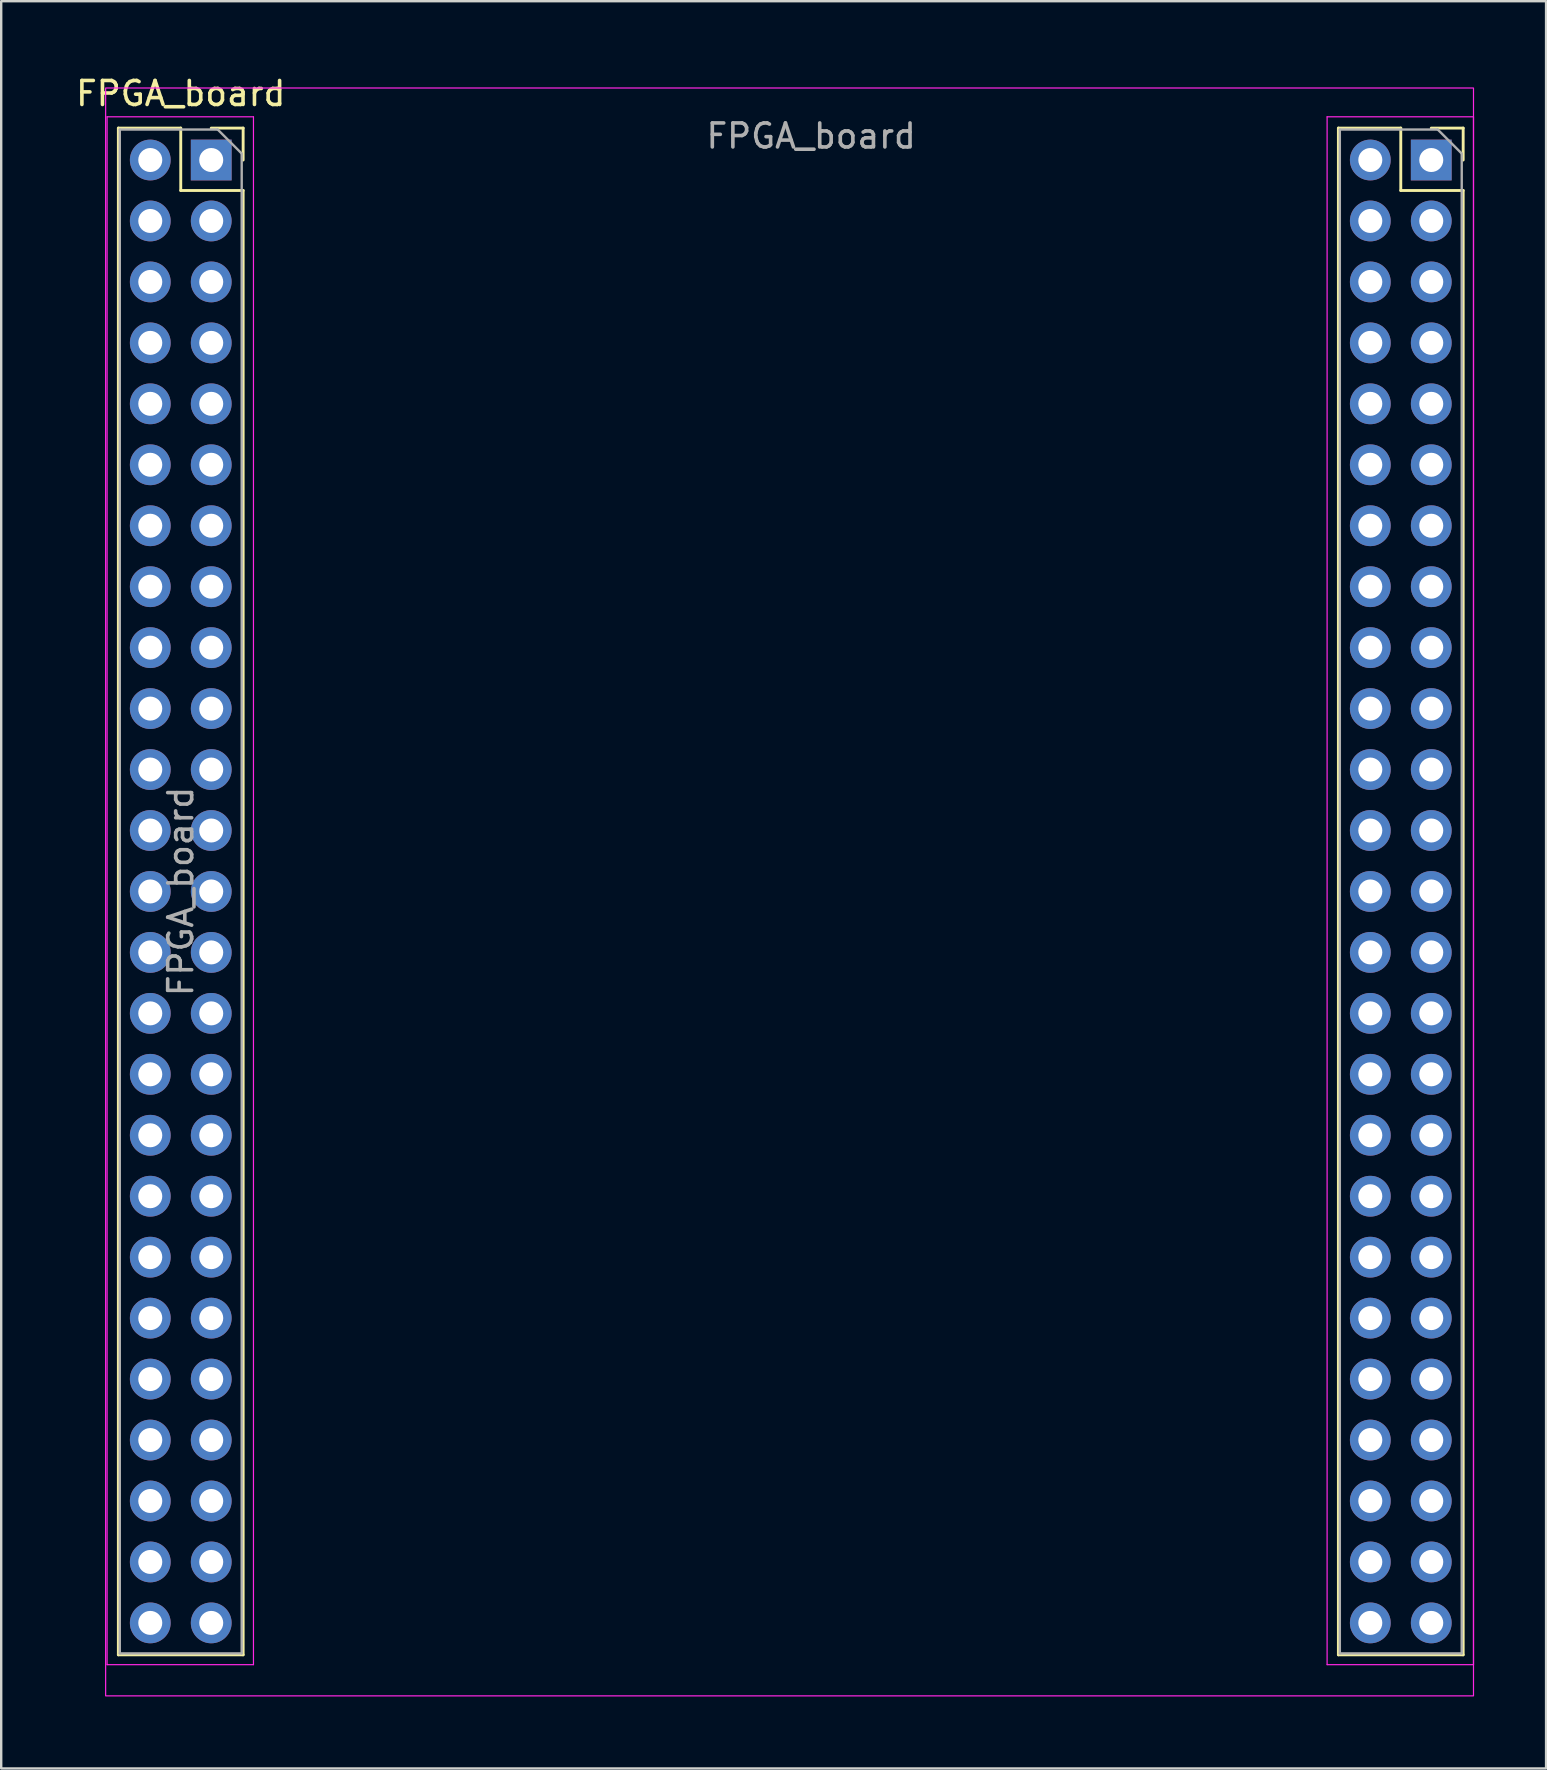
<source format=kicad_pcb>
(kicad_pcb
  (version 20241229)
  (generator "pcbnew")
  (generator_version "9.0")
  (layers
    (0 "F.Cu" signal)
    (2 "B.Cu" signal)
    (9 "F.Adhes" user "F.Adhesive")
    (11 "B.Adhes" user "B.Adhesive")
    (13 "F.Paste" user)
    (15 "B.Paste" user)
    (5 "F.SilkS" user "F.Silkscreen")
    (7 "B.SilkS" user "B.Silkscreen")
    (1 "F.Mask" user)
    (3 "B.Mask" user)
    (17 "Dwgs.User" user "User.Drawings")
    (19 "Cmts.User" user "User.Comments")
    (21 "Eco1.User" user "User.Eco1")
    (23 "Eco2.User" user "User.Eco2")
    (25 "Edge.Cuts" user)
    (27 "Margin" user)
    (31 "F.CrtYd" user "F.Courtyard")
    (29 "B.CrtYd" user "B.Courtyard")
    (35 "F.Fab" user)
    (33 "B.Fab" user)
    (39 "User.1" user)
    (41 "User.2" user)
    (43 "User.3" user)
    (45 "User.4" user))
  (footprint "FPGA_board"
    (layer "F.Cu")
    (at 5.752 3.618)
    (property "Reference" "FPGA_board" (at -1.27 -2.77 0) (layer "F.SilkS") (effects (font (size 1 1) (thickness 0.15))))
    (attr through_hole)
    (fp_line (start -3.87 -1.33) (end -3.87 62.29) (stroke (width 0.12) (type solid)) (layer "F.SilkS"))
    (fp_line (start -3.87 -1.33) (end -1.27 -1.33) (stroke (width 0.12) (type solid)) (layer "F.SilkS"))
    (fp_line (start -3.87 62.29) (end 1.33 62.29) (stroke (width 0.12) (type solid)) (layer "F.SilkS"))
    (fp_line (start -1.27 -1.33) (end -1.27 1.27) (stroke (width 0.12) (type solid)) (layer "F.SilkS"))
    (fp_line (start -1.27 1.27) (end 1.33 1.27) (stroke (width 0.12) (type solid)) (layer "F.SilkS"))
    (fp_line (start 0 -1.33) (end 1.33 -1.33) (stroke (width 0.12) (type solid)) (layer "F.SilkS"))
    (fp_line (start 1.33 -1.33) (end 1.33 0) (stroke (width 0.12) (type solid)) (layer "F.SilkS"))
    (fp_line (start 1.33 1.27) (end 1.33 62.29) (stroke (width 0.12) (type solid)) (layer "F.SilkS"))
    (fp_line (start 46.97 -1.33) (end 46.97 62.29) (stroke (width 0.12) (type solid)) (layer "F.SilkS"))
    (fp_line (start 46.97 -1.33) (end 49.57 -1.33) (stroke (width 0.12) (type solid)) (layer "F.SilkS"))
    (fp_line (start 46.97 62.29) (end 52.17 62.29) (stroke (width 0.12) (type solid)) (layer "F.SilkS"))
    (fp_line (start 49.57 -1.33) (end 49.57 1.27) (stroke (width 0.12) (type solid)) (layer "F.SilkS"))
    (fp_line (start 49.57 1.27) (end 52.17 1.27) (stroke (width 0.12) (type solid)) (layer "F.SilkS"))
    (fp_line (start 50.84 -1.33) (end 52.17 -1.33) (stroke (width 0.12) (type solid)) (layer "F.SilkS"))
    (fp_line (start 52.17 -1.33) (end 52.17 0) (stroke (width 0.12) (type solid)) (layer "F.SilkS"))
    (fp_line (start 52.17 1.27) (end 52.17 62.29) (stroke (width 0.12) (type solid)) (layer "F.SilkS"))
    (fp_line (start -4.34 -1.8) (end 1.76 -1.8) (stroke (width 0.05) (type solid)) (layer "F.CrtYd"))
    (fp_line (start -4.34 62.7) (end -4.34 -1.8) (stroke (width 0.05) (type solid)) (layer "F.CrtYd"))
    (fp_line (start 1.76 -1.8) (end 1.76 62.7) (stroke (width 0.05) (type solid)) (layer "F.CrtYd"))
    (fp_line (start 1.76 62.7) (end -4.34 62.7) (stroke (width 0.05) (type solid)) (layer "F.CrtYd"))
    (fp_line (start 46.5 -1.8) (end 52.6 -1.8) (stroke (width 0.05) (type solid)) (layer "F.CrtYd"))
    (fp_line (start 46.5 62.7) (end 46.5 -1.8) (stroke (width 0.05) (type solid)) (layer "F.CrtYd"))
    (fp_line (start 52.6 -1.8) (end 52.6 62.7) (stroke (width 0.05) (type solid)) (layer "F.CrtYd"))
    (fp_line (start 52.6 62.7) (end 46.5 62.7) (stroke (width 0.05) (type solid)) (layer "F.CrtYd"))
    (fp_rect (start -4.4 -3) (end 52.6 64) (stroke (width 0.05) (type default)) (fill no) (layer "F.CrtYd"))
    (fp_line (start -3.81 -1.27) (end 0.27 -1.27) (stroke (width 0.1) (type solid)) (layer "F.Fab"))
    (fp_line (start -3.81 62.23) (end -3.81 -1.27) (stroke (width 0.1) (type solid)) (layer "F.Fab"))
    (fp_line (start 0.27 -1.27) (end 1.27 -0.27) (stroke (width 0.1) (type solid)) (layer "F.Fab"))
    (fp_line (start 1.27 -0.27) (end 1.27 62.23) (stroke (width 0.1) (type solid)) (layer "F.Fab"))
    (fp_line (start 1.27 62.23) (end -3.81 62.23) (stroke (width 0.1) (type solid)) (layer "F.Fab"))
    (fp_line (start 47.03 -1.27) (end 51.11 -1.27) (stroke (width 0.1) (type solid)) (layer "F.Fab"))
    (fp_line (start 47.03 62.23) (end 47.03 -1.27) (stroke (width 0.1) (type solid)) (layer "F.Fab"))
    (fp_line (start 51.11 -1.27) (end 52.11 -0.27) (stroke (width 0.1) (type solid)) (layer "F.Fab"))
    (fp_line (start 52.11 -0.27) (end 52.11 62.23) (stroke (width 0.1) (type solid)) (layer "F.Fab"))
    (fp_line (start 52.11 62.23) (end 47.03 62.23) (stroke (width 0.1) (type solid)) (layer "F.Fab"))
    (fp_text user "${REFERENCE}" (at 25 -1 180) (layer "F.Fab") (effects (font (size 1 1) (thickness 0.15))))
    (fp_text user "${REFERENCE}" (at -1.27 30.48 90) (layer "F.Fab") (effects (font (size 1 1) (thickness 0.15))))
    (pad "1" thru_hole rect (at 0 0) (size 1.7 1.7) (drill 1) (layers "*.Cu" "*.Mask"))
    (pad "2" thru_hole oval (at -2.54 0) (size 1.7 1.7) (drill 1) (layers "*.Cu" "*.Mask"))
    (pad "3" thru_hole oval (at 0 2.54) (size 1.7 1.7) (drill 1) (layers "*.Cu" "*.Mask"))
    (pad "4" thru_hole oval (at -2.54 2.54) (size 1.7 1.7) (drill 1) (layers "*.Cu" "*.Mask"))
    (pad "5" thru_hole oval (at 0 5.08) (size 1.7 1.7) (drill 1) (layers "*.Cu" "*.Mask"))
    (pad "6" thru_hole oval (at -2.54 5.08) (size 1.7 1.7) (drill 1) (layers "*.Cu" "*.Mask"))
    (pad "7" thru_hole oval (at 0 7.62) (size 1.7 1.7) (drill 1) (layers "*.Cu" "*.Mask"))
    (pad "8" thru_hole oval (at -2.54 7.62) (size 1.7 1.7) (drill 1) (layers "*.Cu" "*.Mask"))
    (pad "9" thru_hole oval (at 0 10.16) (size 1.7 1.7) (drill 1) (layers "*.Cu" "*.Mask"))
    (pad "10" thru_hole oval (at -2.54 10.16) (size 1.7 1.7) (drill 1) (layers "*.Cu" "*.Mask"))
    (pad "11" thru_hole oval (at 0 12.7) (size 1.7 1.7) (drill 1) (layers "*.Cu" "*.Mask"))
    (pad "12" thru_hole oval (at -2.54 12.7) (size 1.7 1.7) (drill 1) (layers "*.Cu" "*.Mask"))
    (pad "13" thru_hole oval (at 0 15.24) (size 1.7 1.7) (drill 1) (layers "*.Cu" "*.Mask"))
    (pad "14" thru_hole oval (at -2.54 15.24) (size 1.7 1.7) (drill 1) (layers "*.Cu" "*.Mask"))
    (pad "15" thru_hole oval (at 0 17.78) (size 1.7 1.7) (drill 1) (layers "*.Cu" "*.Mask"))
    (pad "16" thru_hole oval (at -2.54 17.78) (size 1.7 1.7) (drill 1) (layers "*.Cu" "*.Mask"))
    (pad "17" thru_hole oval (at 0 20.32) (size 1.7 1.7) (drill 1) (layers "*.Cu" "*.Mask"))
    (pad "18" thru_hole oval (at -2.54 20.32) (size 1.7 1.7) (drill 1) (layers "*.Cu" "*.Mask"))
    (pad "19" thru_hole oval (at 0 22.86) (size 1.7 1.7) (drill 1) (layers "*.Cu" "*.Mask"))
    (pad "20" thru_hole oval (at -2.54 22.86) (size 1.7 1.7) (drill 1) (layers "*.Cu" "*.Mask"))
    (pad "21" thru_hole oval (at 0 25.4) (size 1.7 1.7) (drill 1) (layers "*.Cu" "*.Mask"))
    (pad "22" thru_hole oval (at -2.54 25.4) (size 1.7 1.7) (drill 1) (layers "*.Cu" "*.Mask"))
    (pad "23" thru_hole oval (at 0 27.94) (size 1.7 1.7) (drill 1) (layers "*.Cu" "*.Mask"))
    (pad "24" thru_hole oval (at -2.54 27.94) (size 1.7 1.7) (drill 1) (layers "*.Cu" "*.Mask"))
    (pad "25" thru_hole oval (at 0 30.48) (size 1.7 1.7) (drill 1) (layers "*.Cu" "*.Mask"))
    (pad "26" thru_hole oval (at -2.54 30.48) (size 1.7 1.7) (drill 1) (layers "*.Cu" "*.Mask"))
    (pad "27" thru_hole oval (at 0 33.02) (size 1.7 1.7) (drill 1) (layers "*.Cu" "*.Mask"))
    (pad "28" thru_hole oval (at -2.54 33.02) (size 1.7 1.7) (drill 1) (layers "*.Cu" "*.Mask"))
    (pad "29" thru_hole oval (at 0 35.56) (size 1.7 1.7) (drill 1) (layers "*.Cu" "*.Mask"))
    (pad "30" thru_hole oval (at -2.54 35.56) (size 1.7 1.7) (drill 1) (layers "*.Cu" "*.Mask"))
    (pad "31" thru_hole oval (at 0 38.1) (size 1.7 1.7) (drill 1) (layers "*.Cu" "*.Mask"))
    (pad "32" thru_hole oval (at -2.54 38.1) (size 1.7 1.7) (drill 1) (layers "*.Cu" "*.Mask"))
    (pad "33" thru_hole oval (at 0 40.64) (size 1.7 1.7) (drill 1) (layers "*.Cu" "*.Mask"))
    (pad "34" thru_hole oval (at -2.54 40.64) (size 1.7 1.7) (drill 1) (layers "*.Cu" "*.Mask"))
    (pad "35" thru_hole oval (at 0 43.18) (size 1.7 1.7) (drill 1) (layers "*.Cu" "*.Mask"))
    (pad "36" thru_hole oval (at -2.54 43.18) (size 1.7 1.7) (drill 1) (layers "*.Cu" "*.Mask"))
    (pad "37" thru_hole oval (at 0 45.72) (size 1.7 1.7) (drill 1) (layers "*.Cu" "*.Mask"))
    (pad "38" thru_hole oval (at -2.54 45.72) (size 1.7 1.7) (drill 1) (layers "*.Cu" "*.Mask"))
    (pad "39" thru_hole oval (at 0 48.26) (size 1.7 1.7) (drill 1) (layers "*.Cu" "*.Mask"))
    (pad "40" thru_hole oval (at -2.54 48.26) (size 1.7 1.7) (drill 1) (layers "*.Cu" "*.Mask"))
    (pad "41" thru_hole oval (at 0 50.8) (size 1.7 1.7) (drill 1) (layers "*.Cu" "*.Mask"))
    (pad "42" thru_hole oval (at -2.54 50.8) (size 1.7 1.7) (drill 1) (layers "*.Cu" "*.Mask"))
    (pad "43" thru_hole oval (at 0 53.34) (size 1.7 1.7) (drill 1) (layers "*.Cu" "*.Mask"))
    (pad "44" thru_hole oval (at -2.54 53.34) (size 1.7 1.7) (drill 1) (layers "*.Cu" "*.Mask"))
    (pad "45" thru_hole oval (at 0 55.88) (size 1.7 1.7) (drill 1) (layers "*.Cu" "*.Mask"))
    (pad "46" thru_hole oval (at -2.54 55.88) (size 1.7 1.7) (drill 1) (layers "*.Cu" "*.Mask"))
    (pad "47" thru_hole oval (at 0 58.42) (size 1.7 1.7) (drill 1) (layers "*.Cu" "*.Mask"))
    (pad "48" thru_hole oval (at -2.54 58.42) (size 1.7 1.7) (drill 1) (layers "*.Cu" "*.Mask"))
    (pad "49" thru_hole oval (at 0 60.96) (size 1.7 1.7) (drill 1) (layers "*.Cu" "*.Mask"))
    (pad "50" thru_hole oval (at -2.54 60.96) (size 1.7 1.7) (drill 1) (layers "*.Cu" "*.Mask"))
    (pad "51" thru_hole rect (at 50.84 0) (size 1.7 1.7) (drill 1) (layers "*.Cu" "*.Mask"))
    (pad "52" thru_hole oval (at 48.3 0) (size 1.7 1.7) (drill 1) (layers "*.Cu" "*.Mask"))
    (pad "53" thru_hole oval (at 50.84 2.54) (size 1.7 1.7) (drill 1) (layers "*.Cu" "*.Mask"))
    (pad "54" thru_hole oval (at 48.3 2.54) (size 1.7 1.7) (drill 1) (layers "*.Cu" "*.Mask"))
    (pad "55" thru_hole oval (at 50.84 5.08) (size 1.7 1.7) (drill 1) (layers "*.Cu" "*.Mask"))
    (pad "56" thru_hole oval (at 48.3 5.08) (size 1.7 1.7) (drill 1) (layers "*.Cu" "*.Mask"))
    (pad "57" thru_hole oval (at 50.84 7.62) (size 1.7 1.7) (drill 1) (layers "*.Cu" "*.Mask"))
    (pad "58" thru_hole oval (at 48.3 7.62) (size 1.7 1.7) (drill 1) (layers "*.Cu" "*.Mask"))
    (pad "59" thru_hole oval (at 50.84 10.16) (size 1.7 1.7) (drill 1) (layers "*.Cu" "*.Mask"))
    (pad "60" thru_hole oval (at 48.3 10.16) (size 1.7 1.7) (drill 1) (layers "*.Cu" "*.Mask"))
    (pad "61" thru_hole oval (at 50.84 12.7) (size 1.7 1.7) (drill 1) (layers "*.Cu" "*.Mask"))
    (pad "62" thru_hole oval (at 48.3 12.7) (size 1.7 1.7) (drill 1) (layers "*.Cu" "*.Mask"))
    (pad "63" thru_hole oval (at 50.84 15.24) (size 1.7 1.7) (drill 1) (layers "*.Cu" "*.Mask"))
    (pad "64" thru_hole oval (at 48.3 15.24) (size 1.7 1.7) (drill 1) (layers "*.Cu" "*.Mask"))
    (pad "65" thru_hole oval (at 50.84 17.78) (size 1.7 1.7) (drill 1) (layers "*.Cu" "*.Mask"))
    (pad "66" thru_hole oval (at 48.3 17.78) (size 1.7 1.7) (drill 1) (layers "*.Cu" "*.Mask"))
    (pad "67" thru_hole oval (at 50.84 20.32) (size 1.7 1.7) (drill 1) (layers "*.Cu" "*.Mask"))
    (pad "68" thru_hole oval (at 48.3 20.32) (size 1.7 1.7) (drill 1) (layers "*.Cu" "*.Mask"))
    (pad "69" thru_hole oval (at 50.84 22.86) (size 1.7 1.7) (drill 1) (layers "*.Cu" "*.Mask"))
    (pad "70" thru_hole oval (at 48.3 22.86) (size 1.7 1.7) (drill 1) (layers "*.Cu" "*.Mask"))
    (pad "71" thru_hole oval (at 50.84 25.4) (size 1.7 1.7) (drill 1) (layers "*.Cu" "*.Mask"))
    (pad "72" thru_hole oval (at 48.3 25.4) (size 1.7 1.7) (drill 1) (layers "*.Cu" "*.Mask"))
    (pad "73" thru_hole oval (at 50.84 27.94) (size 1.7 1.7) (drill 1) (layers "*.Cu" "*.Mask"))
    (pad "74" thru_hole oval (at 48.3 27.94) (size 1.7 1.7) (drill 1) (layers "*.Cu" "*.Mask"))
    (pad "75" thru_hole oval (at 50.84 30.48) (size 1.7 1.7) (drill 1) (layers "*.Cu" "*.Mask"))
    (pad "76" thru_hole oval (at 48.3 30.48) (size 1.7 1.7) (drill 1) (layers "*.Cu" "*.Mask"))
    (pad "77" thru_hole oval (at 50.84 33.02) (size 1.7 1.7) (drill 1) (layers "*.Cu" "*.Mask"))
    (pad "78" thru_hole oval (at 48.3 33.02) (size 1.7 1.7) (drill 1) (layers "*.Cu" "*.Mask"))
    (pad "79" thru_hole oval (at 50.84 35.56) (size 1.7 1.7) (drill 1) (layers "*.Cu" "*.Mask"))
    (pad "80" thru_hole oval (at 48.3 35.56) (size 1.7 1.7) (drill 1) (layers "*.Cu" "*.Mask"))
    (pad "81" thru_hole oval (at 50.84 38.1) (size 1.7 1.7) (drill 1) (layers "*.Cu" "*.Mask"))
    (pad "82" thru_hole oval (at 48.3 38.1) (size 1.7 1.7) (drill 1) (layers "*.Cu" "*.Mask"))
    (pad "83" thru_hole oval (at 50.84 40.64) (size 1.7 1.7) (drill 1) (layers "*.Cu" "*.Mask"))
    (pad "84" thru_hole oval (at 48.3 40.64) (size 1.7 1.7) (drill 1) (layers "*.Cu" "*.Mask"))
    (pad "85" thru_hole oval (at 50.84 43.18) (size 1.7 1.7) (drill 1) (layers "*.Cu" "*.Mask"))
    (pad "86" thru_hole oval (at 48.3 43.18) (size 1.7 1.7) (drill 1) (layers "*.Cu" "*.Mask"))
    (pad "87" thru_hole oval (at 50.84 45.72) (size 1.7 1.7) (drill 1) (layers "*.Cu" "*.Mask"))
    (pad "88" thru_hole oval (at 48.3 45.72) (size 1.7 1.7) (drill 1) (layers "*.Cu" "*.Mask"))
    (pad "89" thru_hole oval (at 50.84 48.26) (size 1.7 1.7) (drill 1) (layers "*.Cu" "*.Mask"))
    (pad "90" thru_hole oval (at 48.3 48.26) (size 1.7 1.7) (drill 1) (layers "*.Cu" "*.Mask"))
    (pad "91" thru_hole oval (at 50.84 50.8) (size 1.7 1.7) (drill 1) (layers "*.Cu" "*.Mask"))
    (pad "92" thru_hole oval (at 48.3 50.8) (size 1.7 1.7) (drill 1) (layers "*.Cu" "*.Mask"))
    (pad "93" thru_hole oval (at 50.84 53.34) (size 1.7 1.7) (drill 1) (layers "*.Cu" "*.Mask"))
    (pad "94" thru_hole oval (at 48.3 53.34) (size 1.7 1.7) (drill 1) (layers "*.Cu" "*.Mask"))
    (pad "95" thru_hole oval (at 50.84 55.88) (size 1.7 1.7) (drill 1) (layers "*.Cu" "*.Mask"))
    (pad "96" thru_hole oval (at 48.3 55.88) (size 1.7 1.7) (drill 1) (layers "*.Cu" "*.Mask"))
    (pad "97" thru_hole oval (at 50.84 58.42) (size 1.7 1.7) (drill 1) (layers "*.Cu" "*.Mask"))
    (pad "98" thru_hole oval (at 48.3 58.42) (size 1.7 1.7) (drill 1) (layers "*.Cu" "*.Mask"))
    (pad "99" thru_hole oval (at 50.84 60.96) (size 1.7 1.7) (drill 1) (layers "*.Cu" "*.Mask"))
    (pad "100" thru_hole oval (at 48.3 60.96) (size 1.7 1.7) (drill 1) (layers "*.Cu" "*.Mask")))
  (gr_rect
    (start -3 -3)
    (end 61.377 70.643)
    (stroke (width 0.1) (type default))
    (fill no)
    (layer "Edge.Cuts")))
</source>
